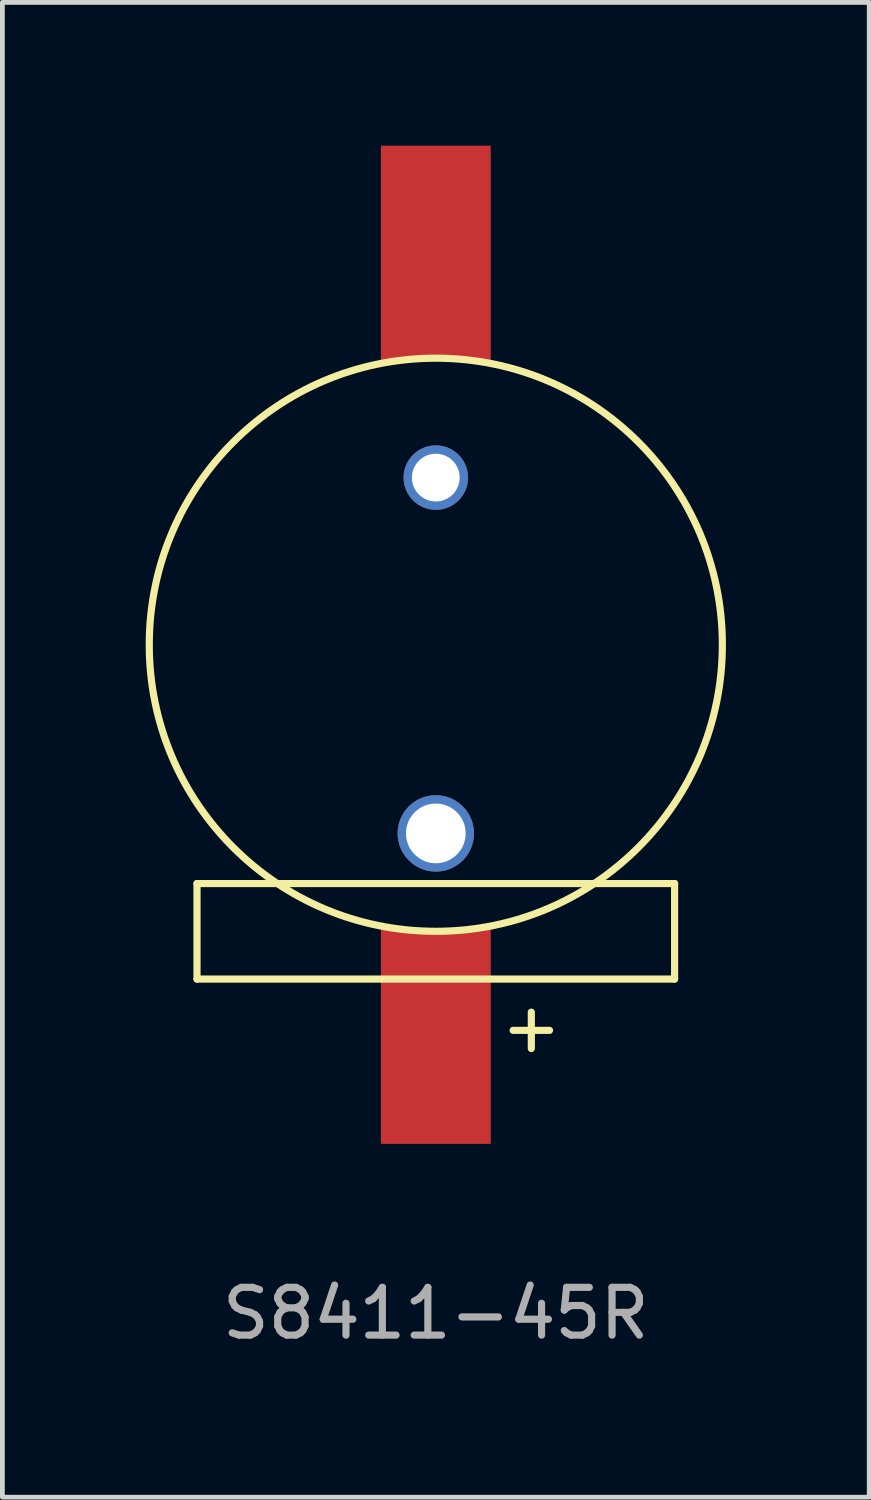
<source format=kicad_pcb>
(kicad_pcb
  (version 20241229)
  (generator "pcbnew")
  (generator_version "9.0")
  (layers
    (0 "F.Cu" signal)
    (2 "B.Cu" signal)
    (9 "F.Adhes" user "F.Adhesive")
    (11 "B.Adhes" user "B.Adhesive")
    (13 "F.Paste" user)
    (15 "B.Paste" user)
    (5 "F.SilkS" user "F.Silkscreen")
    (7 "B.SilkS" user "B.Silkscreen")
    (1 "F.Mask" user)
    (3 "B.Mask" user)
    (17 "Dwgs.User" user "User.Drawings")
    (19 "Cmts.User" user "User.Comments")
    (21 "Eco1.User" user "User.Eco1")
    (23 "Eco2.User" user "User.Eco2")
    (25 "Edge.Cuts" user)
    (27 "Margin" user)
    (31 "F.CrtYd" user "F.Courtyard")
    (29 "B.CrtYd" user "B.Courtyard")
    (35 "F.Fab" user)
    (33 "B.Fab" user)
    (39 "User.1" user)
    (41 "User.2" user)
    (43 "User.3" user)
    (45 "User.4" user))
  (footprint "S8411-45R"
    (layer "F.Cu")
    (at 6.075 10.45)
    (property "Reference" "S8411-45R" (at 0 14 0) (layer "F.Fab") (effects (font (size 1 1) (thickness 0.15))))
    (attr through_hole)
    (fp_line (start -5 5) (end 5 5) (stroke (width 0.15) (type solid)) (layer "F.SilkS"))
    (fp_line (start -5 7) (end -5 5) (stroke (width 0.15) (type solid)) (layer "F.SilkS"))
    (fp_line (start 5 5) (end 5 7) (stroke (width 0.15) (type solid)) (layer "F.SilkS"))
    (fp_line (start 5 7) (end -5 7) (stroke (width 0.15) (type solid)) (layer "F.SilkS"))
    (fp_circle (center 0 0) (end 6 0) (stroke (width 0.15) (type solid)) (fill no) (layer "F.SilkS"))
    (fp_text user "+" (at 2 8 0) (layer "F.SilkS") (effects (font (size 1 1) (thickness 0.15))))
    (pad "" np_thru_hole circle (at 0 -3.5) (size 1.35 1.35) (drill 1) (layers "*.Cu" "*.Mask"))
    (pad "" np_thru_hole circle (at 0 3.95) (size 1.6 1.6) (drill 1.25) (layers "*.Cu" "*.Mask"))
    (pad "1" smd rect (at 0 8.2) (size 2.3 4.5) (layers "F.Cu" "F.Mask" "F.Paste"))
    (pad "2" smd rect (at 0 -8.2) (size 2.3 4.5) (layers "F.Cu" "F.Mask" "F.Paste")))
  (gr_rect
    (start -3 -3)
    (end 15.15 28.298)
    (stroke (width 0.1) (type default))
    (fill no)
    (layer "Edge.Cuts")))
</source>
